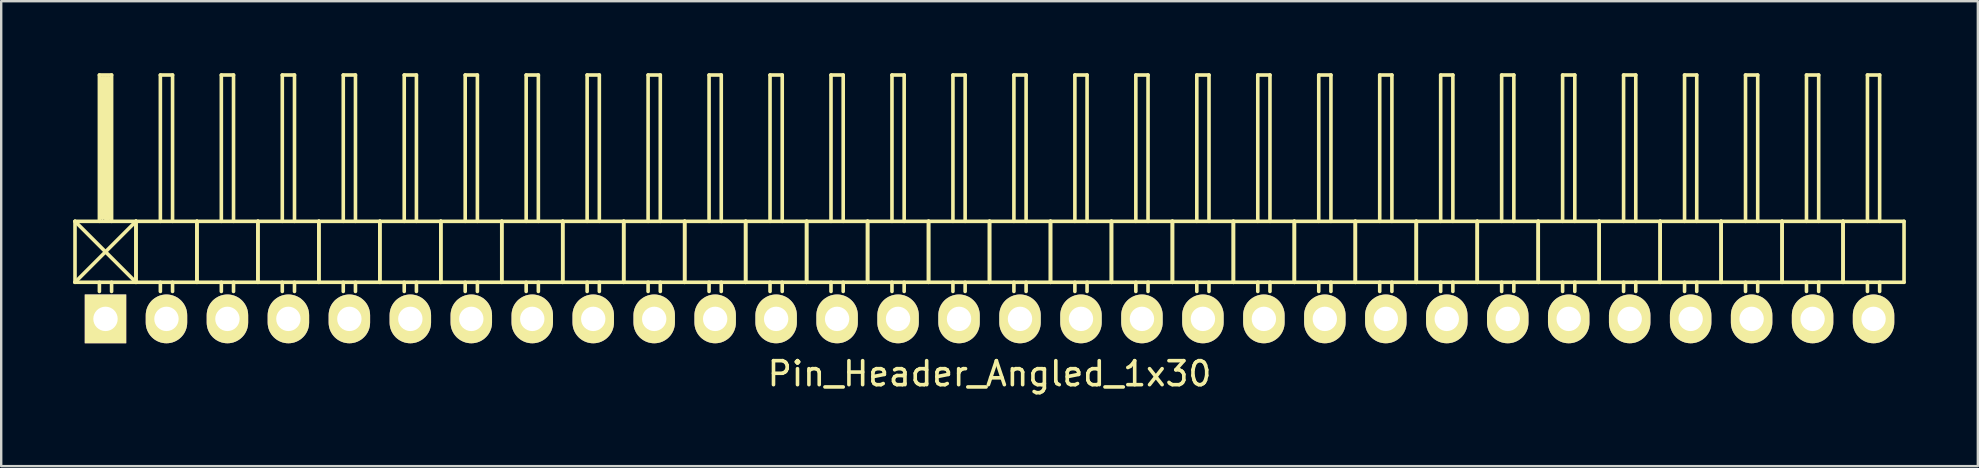
<source format=kicad_pcb>
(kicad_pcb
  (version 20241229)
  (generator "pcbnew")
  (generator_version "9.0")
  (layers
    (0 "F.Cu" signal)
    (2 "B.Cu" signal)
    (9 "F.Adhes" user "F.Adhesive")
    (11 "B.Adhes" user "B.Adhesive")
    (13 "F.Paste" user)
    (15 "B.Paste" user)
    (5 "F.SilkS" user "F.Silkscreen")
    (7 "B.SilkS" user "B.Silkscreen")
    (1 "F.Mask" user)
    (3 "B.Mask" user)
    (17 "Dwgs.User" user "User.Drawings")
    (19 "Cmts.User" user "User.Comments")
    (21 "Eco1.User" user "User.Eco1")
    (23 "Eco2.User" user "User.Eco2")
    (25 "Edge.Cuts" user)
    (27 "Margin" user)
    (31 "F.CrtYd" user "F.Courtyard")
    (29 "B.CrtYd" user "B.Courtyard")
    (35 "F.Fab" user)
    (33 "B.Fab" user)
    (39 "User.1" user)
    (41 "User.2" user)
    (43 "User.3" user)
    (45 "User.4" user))
  (footprint "Pin_Header_Angled_1x30"
    (layer "F.Cu")
    (at 38.175 10.235)
    (property "Reference" "Pin_Header_Angled_1x30" (at 0 2.286 0) (layer "F.SilkS") (effects (font (size 1 1) (thickness 0.15))))
    (attr through_hole)
    (fp_line (start -38.1 -4.064) (end -35.56 -1.524) (stroke (width 0.15) (type solid)) (layer "F.SilkS"))
    (fp_line (start -38.1 -1.524) (end -38.1 -4.064) (stroke (width 0.15) (type solid)) (layer "F.SilkS"))
    (fp_line (start -38.1 -1.524) (end -35.56 -1.524) (stroke (width 0.15) (type solid)) (layer "F.SilkS"))
    (fp_line (start -37.084 -10.16) (end -36.576 -10.16) (stroke (width 0.15) (type solid)) (layer "F.SilkS"))
    (fp_line (start -37.084 -4.064) (end -37.084 -10.16) (stroke (width 0.15) (type solid)) (layer "F.SilkS"))
    (fp_line (start -37.084 -1.524) (end -37.084 -1.143) (stroke (width 0.15) (type solid)) (layer "F.SilkS"))
    (fp_line (start -36.957 -10.033) (end -36.703 -10.033) (stroke (width 0.15) (type solid)) (layer "F.SilkS"))
    (fp_line (start -36.957 -4.191) (end -36.957 -10.033) (stroke (width 0.15) (type solid)) (layer "F.SilkS"))
    (fp_line (start -36.83 -4.191) (end -36.83 -10.033) (stroke (width 0.15) (type solid)) (layer "F.SilkS"))
    (fp_line (start -36.703 -10.033) (end -36.703 -4.191) (stroke (width 0.15) (type solid)) (layer "F.SilkS"))
    (fp_line (start -36.703 -4.191) (end -36.83 -4.191) (stroke (width 0.15) (type solid)) (layer "F.SilkS"))
    (fp_line (start -36.576 -10.16) (end -36.576 -4.064) (stroke (width 0.15) (type solid)) (layer "F.SilkS"))
    (fp_line (start -36.576 -1.524) (end -36.576 -1.143) (stroke (width 0.15) (type solid)) (layer "F.SilkS"))
    (fp_line (start -35.56 -4.064) (end -38.1 -4.064) (stroke (width 0.15) (type solid)) (layer "F.SilkS"))
    (fp_line (start -35.56 -4.064) (end -38.1 -1.524) (stroke (width 0.15) (type solid)) (layer "F.SilkS"))
    (fp_line (start -35.56 -1.524) (end -35.56 -4.064) (stroke (width 0.15) (type solid)) (layer "F.SilkS"))
    (fp_line (start -35.56 -1.524) (end -35.56 -4.064) (stroke (width 0.15) (type solid)) (layer "F.SilkS"))
    (fp_line (start -35.56 -1.524) (end -33.02 -1.524) (stroke (width 0.15) (type solid)) (layer "F.SilkS"))
    (fp_line (start -34.544 -10.16) (end -34.036 -10.16) (stroke (width 0.15) (type solid)) (layer "F.SilkS"))
    (fp_line (start -34.544 -4.064) (end -34.544 -10.16) (stroke (width 0.15) (type solid)) (layer "F.SilkS"))
    (fp_line (start -34.544 -1.524) (end -34.544 -1.143) (stroke (width 0.15) (type solid)) (layer "F.SilkS"))
    (fp_line (start -34.036 -10.16) (end -34.036 -4.064) (stroke (width 0.15) (type solid)) (layer "F.SilkS"))
    (fp_line (start -34.036 -1.524) (end -34.036 -1.143) (stroke (width 0.15) (type solid)) (layer "F.SilkS"))
    (fp_line (start -33.02 -4.064) (end -35.56 -4.064) (stroke (width 0.15) (type solid)) (layer "F.SilkS"))
    (fp_line (start -33.02 -1.524) (end -33.02 -4.064) (stroke (width 0.15) (type solid)) (layer "F.SilkS"))
    (fp_line (start -33.02 -1.524) (end -33.02 -4.064) (stroke (width 0.15) (type solid)) (layer "F.SilkS"))
    (fp_line (start -33.02 -1.524) (end -30.48 -1.524) (stroke (width 0.15) (type solid)) (layer "F.SilkS"))
    (fp_line (start -32.004 -10.16) (end -31.496 -10.16) (stroke (width 0.15) (type solid)) (layer "F.SilkS"))
    (fp_line (start -32.004 -4.064) (end -32.004 -10.16) (stroke (width 0.15) (type solid)) (layer "F.SilkS"))
    (fp_line (start -32.004 -1.524) (end -32.004 -1.143) (stroke (width 0.15) (type solid)) (layer "F.SilkS"))
    (fp_line (start -31.496 -10.16) (end -31.496 -4.064) (stroke (width 0.15) (type solid)) (layer "F.SilkS"))
    (fp_line (start -31.496 -1.524) (end -31.496 -1.143) (stroke (width 0.15) (type solid)) (layer "F.SilkS"))
    (fp_line (start -30.48 -4.064) (end -33.02 -4.064) (stroke (width 0.15) (type solid)) (layer "F.SilkS"))
    (fp_line (start -30.48 -1.524) (end -30.48 -4.064) (stroke (width 0.15) (type solid)) (layer "F.SilkS"))
    (fp_line (start -30.48 -1.524) (end -30.48 -4.064) (stroke (width 0.15) (type solid)) (layer "F.SilkS"))
    (fp_line (start -30.48 -1.524) (end -27.94 -1.524) (stroke (width 0.15) (type solid)) (layer "F.SilkS"))
    (fp_line (start -29.464 -10.16) (end -28.956 -10.16) (stroke (width 0.15) (type solid)) (layer "F.SilkS"))
    (fp_line (start -29.464 -4.064) (end -29.464 -10.16) (stroke (width 0.15) (type solid)) (layer "F.SilkS"))
    (fp_line (start -29.464 -1.524) (end -29.464 -1.143) (stroke (width 0.15) (type solid)) (layer "F.SilkS"))
    (fp_line (start -28.956 -10.16) (end -28.956 -4.064) (stroke (width 0.15) (type solid)) (layer "F.SilkS"))
    (fp_line (start -28.956 -1.524) (end -28.956 -1.143) (stroke (width 0.15) (type solid)) (layer "F.SilkS"))
    (fp_line (start -27.94 -4.064) (end -30.48 -4.064) (stroke (width 0.15) (type solid)) (layer "F.SilkS"))
    (fp_line (start -27.94 -1.524) (end -27.94 -4.064) (stroke (width 0.15) (type solid)) (layer "F.SilkS"))
    (fp_line (start -27.94 -1.524) (end -27.94 -4.064) (stroke (width 0.15) (type solid)) (layer "F.SilkS"))
    (fp_line (start -27.94 -1.524) (end -25.4 -1.524) (stroke (width 0.15) (type solid)) (layer "F.SilkS"))
    (fp_line (start -26.924 -10.16) (end -26.416 -10.16) (stroke (width 0.15) (type solid)) (layer "F.SilkS"))
    (fp_line (start -26.924 -4.064) (end -26.924 -10.16) (stroke (width 0.15) (type solid)) (layer "F.SilkS"))
    (fp_line (start -26.924 -1.524) (end -26.924 -1.143) (stroke (width 0.15) (type solid)) (layer "F.SilkS"))
    (fp_line (start -26.416 -10.16) (end -26.416 -4.064) (stroke (width 0.15) (type solid)) (layer "F.SilkS"))
    (fp_line (start -26.416 -1.524) (end -26.416 -1.143) (stroke (width 0.15) (type solid)) (layer "F.SilkS"))
    (fp_line (start -25.4 -4.064) (end -27.94 -4.064) (stroke (width 0.15) (type solid)) (layer "F.SilkS"))
    (fp_line (start -25.4 -1.524) (end -25.4 -4.064) (stroke (width 0.15) (type solid)) (layer "F.SilkS"))
    (fp_line (start -25.4 -1.524) (end -25.4 -4.064) (stroke (width 0.15) (type solid)) (layer "F.SilkS"))
    (fp_line (start -25.4 -1.524) (end -22.86 -1.524) (stroke (width 0.15) (type solid)) (layer "F.SilkS"))
    (fp_line (start -24.384 -10.16) (end -23.876 -10.16) (stroke (width 0.15) (type solid)) (layer "F.SilkS"))
    (fp_line (start -24.384 -4.064) (end -24.384 -10.16) (stroke (width 0.15) (type solid)) (layer "F.SilkS"))
    (fp_line (start -24.384 -1.524) (end -24.384 -1.143) (stroke (width 0.15) (type solid)) (layer "F.SilkS"))
    (fp_line (start -23.876 -10.16) (end -23.876 -4.064) (stroke (width 0.15) (type solid)) (layer "F.SilkS"))
    (fp_line (start -23.876 -1.524) (end -23.876 -1.143) (stroke (width 0.15) (type solid)) (layer "F.SilkS"))
    (fp_line (start -22.86 -4.064) (end -25.4 -4.064) (stroke (width 0.15) (type solid)) (layer "F.SilkS"))
    (fp_line (start -22.86 -1.524) (end -22.86 -4.064) (stroke (width 0.15) (type solid)) (layer "F.SilkS"))
    (fp_line (start -22.86 -1.524) (end -22.86 -4.064) (stroke (width 0.15) (type solid)) (layer "F.SilkS"))
    (fp_line (start -22.86 -1.524) (end -20.32 -1.524) (stroke (width 0.15) (type solid)) (layer "F.SilkS"))
    (fp_line (start -21.844 -10.16) (end -21.336 -10.16) (stroke (width 0.15) (type solid)) (layer "F.SilkS"))
    (fp_line (start -21.844 -4.064) (end -21.844 -10.16) (stroke (width 0.15) (type solid)) (layer "F.SilkS"))
    (fp_line (start -21.844 -1.524) (end -21.844 -1.143) (stroke (width 0.15) (type solid)) (layer "F.SilkS"))
    (fp_line (start -21.336 -10.16) (end -21.336 -4.064) (stroke (width 0.15) (type solid)) (layer "F.SilkS"))
    (fp_line (start -21.336 -1.524) (end -21.336 -1.143) (stroke (width 0.15) (type solid)) (layer "F.SilkS"))
    (fp_line (start -20.32 -4.064) (end -22.86 -4.064) (stroke (width 0.15) (type solid)) (layer "F.SilkS"))
    (fp_line (start -20.32 -1.524) (end -20.32 -4.064) (stroke (width 0.15) (type solid)) (layer "F.SilkS"))
    (fp_line (start -20.32 -1.524) (end -20.32 -4.064) (stroke (width 0.15) (type solid)) (layer "F.SilkS"))
    (fp_line (start -20.32 -1.524) (end -17.78 -1.524) (stroke (width 0.15) (type solid)) (layer "F.SilkS"))
    (fp_line (start -19.304 -10.16) (end -18.796 -10.16) (stroke (width 0.15) (type solid)) (layer "F.SilkS"))
    (fp_line (start -19.304 -4.064) (end -19.304 -10.16) (stroke (width 0.15) (type solid)) (layer "F.SilkS"))
    (fp_line (start -19.304 -1.524) (end -19.304 -1.143) (stroke (width 0.15) (type solid)) (layer "F.SilkS"))
    (fp_line (start -18.796 -10.16) (end -18.796 -4.064) (stroke (width 0.15) (type solid)) (layer "F.SilkS"))
    (fp_line (start -18.796 -1.524) (end -18.796 -1.143) (stroke (width 0.15) (type solid)) (layer "F.SilkS"))
    (fp_line (start -17.78 -4.064) (end -20.32 -4.064) (stroke (width 0.15) (type solid)) (layer "F.SilkS"))
    (fp_line (start -17.78 -1.524) (end -17.78 -4.064) (stroke (width 0.15) (type solid)) (layer "F.SilkS"))
    (fp_line (start -17.78 -1.524) (end -17.78 -4.064) (stroke (width 0.15) (type solid)) (layer "F.SilkS"))
    (fp_line (start -17.78 -1.524) (end -15.24 -1.524) (stroke (width 0.15) (type solid)) (layer "F.SilkS"))
    (fp_line (start -16.764 -10.16) (end -16.256 -10.16) (stroke (width 0.15) (type solid)) (layer "F.SilkS"))
    (fp_line (start -16.764 -4.064) (end -16.764 -10.16) (stroke (width 0.15) (type solid)) (layer "F.SilkS"))
    (fp_line (start -16.764 -1.524) (end -16.764 -1.143) (stroke (width 0.15) (type solid)) (layer "F.SilkS"))
    (fp_line (start -16.256 -10.16) (end -16.256 -4.064) (stroke (width 0.15) (type solid)) (layer "F.SilkS"))
    (fp_line (start -16.256 -1.524) (end -16.256 -1.143) (stroke (width 0.15) (type solid)) (layer "F.SilkS"))
    (fp_line (start -15.24 -4.064) (end -17.78 -4.064) (stroke (width 0.15) (type solid)) (layer "F.SilkS"))
    (fp_line (start -15.24 -1.524) (end -15.24 -4.064) (stroke (width 0.15) (type solid)) (layer "F.SilkS"))
    (fp_line (start -15.24 -1.524) (end -15.24 -4.064) (stroke (width 0.15) (type solid)) (layer "F.SilkS"))
    (fp_line (start -15.24 -1.524) (end -12.7 -1.524) (stroke (width 0.15) (type solid)) (layer "F.SilkS"))
    (fp_line (start -14.224 -10.16) (end -13.716 -10.16) (stroke (width 0.15) (type solid)) (layer "F.SilkS"))
    (fp_line (start -14.224 -4.064) (end -14.224 -10.16) (stroke (width 0.15) (type solid)) (layer "F.SilkS"))
    (fp_line (start -14.224 -1.524) (end -14.224 -1.143) (stroke (width 0.15) (type solid)) (layer "F.SilkS"))
    (fp_line (start -13.716 -10.16) (end -13.716 -4.064) (stroke (width 0.15) (type solid)) (layer "F.SilkS"))
    (fp_line (start -13.716 -1.524) (end -13.716 -1.143) (stroke (width 0.15) (type solid)) (layer "F.SilkS"))
    (fp_line (start -12.7 -4.064) (end -15.24 -4.064) (stroke (width 0.15) (type solid)) (layer "F.SilkS"))
    (fp_line (start -12.7 -1.524) (end -12.7 -4.064) (stroke (width 0.15) (type solid)) (layer "F.SilkS"))
    (fp_line (start -12.7 -1.524) (end -12.7 -4.064) (stroke (width 0.15) (type solid)) (layer "F.SilkS"))
    (fp_line (start -12.7 -1.524) (end -10.16 -1.524) (stroke (width 0.15) (type solid)) (layer "F.SilkS"))
    (fp_line (start -11.684 -10.16) (end -11.176 -10.16) (stroke (width 0.15) (type solid)) (layer "F.SilkS"))
    (fp_line (start -11.684 -4.064) (end -11.684 -10.16) (stroke (width 0.15) (type solid)) (layer "F.SilkS"))
    (fp_line (start -11.684 -1.524) (end -11.684 -1.143) (stroke (width 0.15) (type solid)) (layer "F.SilkS"))
    (fp_line (start -11.176 -10.16) (end -11.176 -4.064) (stroke (width 0.15) (type solid)) (layer "F.SilkS"))
    (fp_line (start -11.176 -1.524) (end -11.176 -1.143) (stroke (width 0.15) (type solid)) (layer "F.SilkS"))
    (fp_line (start -10.16 -4.064) (end -12.7 -4.064) (stroke (width 0.15) (type solid)) (layer "F.SilkS"))
    (fp_line (start -10.16 -1.524) (end -10.16 -4.064) (stroke (width 0.15) (type solid)) (layer "F.SilkS"))
    (fp_line (start -10.16 -1.524) (end -10.16 -4.064) (stroke (width 0.15) (type solid)) (layer "F.SilkS"))
    (fp_line (start -10.16 -1.524) (end -7.62 -1.524) (stroke (width 0.15) (type solid)) (layer "F.SilkS"))
    (fp_line (start -9.144 -10.16) (end -8.636 -10.16) (stroke (width 0.15) (type solid)) (layer "F.SilkS"))
    (fp_line (start -9.144 -4.064) (end -9.144 -10.16) (stroke (width 0.15) (type solid)) (layer "F.SilkS"))
    (fp_line (start -9.144 -1.524) (end -9.144 -1.143) (stroke (width 0.15) (type solid)) (layer "F.SilkS"))
    (fp_line (start -8.636 -10.16) (end -8.636 -4.064) (stroke (width 0.15) (type solid)) (layer "F.SilkS"))
    (fp_line (start -8.636 -1.524) (end -8.636 -1.143) (stroke (width 0.15) (type solid)) (layer "F.SilkS"))
    (fp_line (start -7.62 -4.064) (end -10.16 -4.064) (stroke (width 0.15) (type solid)) (layer "F.SilkS"))
    (fp_line (start -7.62 -1.524) (end -7.62 -4.064) (stroke (width 0.15) (type solid)) (layer "F.SilkS"))
    (fp_line (start -7.62 -1.524) (end -7.62 -4.064) (stroke (width 0.15) (type solid)) (layer "F.SilkS"))
    (fp_line (start -7.62 -1.524) (end -5.08 -1.524) (stroke (width 0.15) (type solid)) (layer "F.SilkS"))
    (fp_line (start -6.604 -10.16) (end -6.096 -10.16) (stroke (width 0.15) (type solid)) (layer "F.SilkS"))
    (fp_line (start -6.604 -4.064) (end -6.604 -10.16) (stroke (width 0.15) (type solid)) (layer "F.SilkS"))
    (fp_line (start -6.604 -1.524) (end -6.604 -1.143) (stroke (width 0.15) (type solid)) (layer "F.SilkS"))
    (fp_line (start -6.096 -10.16) (end -6.096 -4.064) (stroke (width 0.15) (type solid)) (layer "F.SilkS"))
    (fp_line (start -6.096 -1.524) (end -6.096 -1.143) (stroke (width 0.15) (type solid)) (layer "F.SilkS"))
    (fp_line (start -5.08 -4.064) (end -7.62 -4.064) (stroke (width 0.15) (type solid)) (layer "F.SilkS"))
    (fp_line (start -5.08 -1.524) (end -5.08 -4.064) (stroke (width 0.15) (type solid)) (layer "F.SilkS"))
    (fp_line (start -5.08 -1.524) (end -5.08 -4.064) (stroke (width 0.15) (type solid)) (layer "F.SilkS"))
    (fp_line (start -5.08 -1.524) (end -2.54 -1.524) (stroke (width 0.15) (type solid)) (layer "F.SilkS"))
    (fp_line (start -4.064 -10.16) (end -3.556 -10.16) (stroke (width 0.15) (type solid)) (layer "F.SilkS"))
    (fp_line (start -4.064 -4.064) (end -4.064 -10.16) (stroke (width 0.15) (type solid)) (layer "F.SilkS"))
    (fp_line (start -4.064 -1.524) (end -4.064 -1.143) (stroke (width 0.15) (type solid)) (layer "F.SilkS"))
    (fp_line (start -3.556 -10.16) (end -3.556 -4.064) (stroke (width 0.15) (type solid)) (layer "F.SilkS"))
    (fp_line (start -3.556 -1.524) (end -3.556 -1.143) (stroke (width 0.15) (type solid)) (layer "F.SilkS"))
    (fp_line (start -2.54 -4.064) (end -5.08 -4.064) (stroke (width 0.15) (type solid)) (layer "F.SilkS"))
    (fp_line (start -2.54 -1.524) (end -2.54 -4.064) (stroke (width 0.15) (type solid)) (layer "F.SilkS"))
    (fp_line (start -2.54 -1.524) (end -2.54 -4.064) (stroke (width 0.15) (type solid)) (layer "F.SilkS"))
    (fp_line (start -2.54 -1.524) (end 0 -1.524) (stroke (width 0.15) (type solid)) (layer "F.SilkS"))
    (fp_line (start -1.524 -10.16) (end -1.016 -10.16) (stroke (width 0.15) (type solid)) (layer "F.SilkS"))
    (fp_line (start -1.524 -4.064) (end -1.524 -10.16) (stroke (width 0.15) (type solid)) (layer "F.SilkS"))
    (fp_line (start -1.524 -1.524) (end -1.524 -1.143) (stroke (width 0.15) (type solid)) (layer "F.SilkS"))
    (fp_line (start -1.016 -10.16) (end -1.016 -4.064) (stroke (width 0.15) (type solid)) (layer "F.SilkS"))
    (fp_line (start -1.016 -1.524) (end -1.016 -1.143) (stroke (width 0.15) (type solid)) (layer "F.SilkS"))
    (fp_line (start 0 -4.064) (end -2.54 -4.064) (stroke (width 0.15) (type solid)) (layer "F.SilkS"))
    (fp_line (start 0 -1.524) (end 0 -4.064) (stroke (width 0.15) (type solid)) (layer "F.SilkS"))
    (fp_line (start 0 -1.524) (end 0 -4.064) (stroke (width 0.15) (type solid)) (layer "F.SilkS"))
    (fp_line (start 0 -1.524) (end 2.54 -1.524) (stroke (width 0.15) (type solid)) (layer "F.SilkS"))
    (fp_line (start 1.016 -10.16) (end 1.524 -10.16) (stroke (width 0.15) (type solid)) (layer "F.SilkS"))
    (fp_line (start 1.016 -4.064) (end 1.016 -10.16) (stroke (width 0.15) (type solid)) (layer "F.SilkS"))
    (fp_line (start 1.016 -1.524) (end 1.016 -1.143) (stroke (width 0.15) (type solid)) (layer "F.SilkS"))
    (fp_line (start 1.524 -10.16) (end 1.524 -4.064) (stroke (width 0.15) (type solid)) (layer "F.SilkS"))
    (fp_line (start 1.524 -1.524) (end 1.524 -1.143) (stroke (width 0.15) (type solid)) (layer "F.SilkS"))
    (fp_line (start 2.54 -4.064) (end 0 -4.064) (stroke (width 0.15) (type solid)) (layer "F.SilkS"))
    (fp_line (start 2.54 -1.524) (end 2.54 -4.064) (stroke (width 0.15) (type solid)) (layer "F.SilkS"))
    (fp_line (start 2.54 -1.524) (end 2.54 -4.064) (stroke (width 0.15) (type solid)) (layer "F.SilkS"))
    (fp_line (start 2.54 -1.524) (end 5.08 -1.524) (stroke (width 0.15) (type solid)) (layer "F.SilkS"))
    (fp_line (start 3.556 -10.16) (end 4.064 -10.16) (stroke (width 0.15) (type solid)) (layer "F.SilkS"))
    (fp_line (start 3.556 -4.064) (end 3.556 -10.16) (stroke (width 0.15) (type solid)) (layer "F.SilkS"))
    (fp_line (start 3.556 -1.524) (end 3.556 -1.143) (stroke (width 0.15) (type solid)) (layer "F.SilkS"))
    (fp_line (start 4.064 -10.16) (end 4.064 -4.064) (stroke (width 0.15) (type solid)) (layer "F.SilkS"))
    (fp_line (start 4.064 -1.524) (end 4.064 -1.143) (stroke (width 0.15) (type solid)) (layer "F.SilkS"))
    (fp_line (start 5.08 -4.064) (end 2.54 -4.064) (stroke (width 0.15) (type solid)) (layer "F.SilkS"))
    (fp_line (start 5.08 -1.524) (end 5.08 -4.064) (stroke (width 0.15) (type solid)) (layer "F.SilkS"))
    (fp_line (start 5.08 -1.524) (end 5.08 -4.064) (stroke (width 0.15) (type solid)) (layer "F.SilkS"))
    (fp_line (start 5.08 -1.524) (end 7.62 -1.524) (stroke (width 0.15) (type solid)) (layer "F.SilkS"))
    (fp_line (start 6.096 -10.16) (end 6.604 -10.16) (stroke (width 0.15) (type solid)) (layer "F.SilkS"))
    (fp_line (start 6.096 -4.064) (end 6.096 -10.16) (stroke (width 0.15) (type solid)) (layer "F.SilkS"))
    (fp_line (start 6.096 -1.524) (end 6.096 -1.143) (stroke (width 0.15) (type solid)) (layer "F.SilkS"))
    (fp_line (start 6.604 -10.16) (end 6.604 -4.064) (stroke (width 0.15) (type solid)) (layer "F.SilkS"))
    (fp_line (start 6.604 -1.524) (end 6.604 -1.143) (stroke (width 0.15) (type solid)) (layer "F.SilkS"))
    (fp_line (start 7.62 -4.064) (end 5.08 -4.064) (stroke (width 0.15) (type solid)) (layer "F.SilkS"))
    (fp_line (start 7.62 -1.524) (end 7.62 -4.064) (stroke (width 0.15) (type solid)) (layer "F.SilkS"))
    (fp_line (start 7.62 -1.524) (end 7.62 -4.064) (stroke (width 0.15) (type solid)) (layer "F.SilkS"))
    (fp_line (start 7.62 -1.524) (end 10.16 -1.524) (stroke (width 0.15) (type solid)) (layer "F.SilkS"))
    (fp_line (start 8.636 -10.16) (end 9.144 -10.16) (stroke (width 0.15) (type solid)) (layer "F.SilkS"))
    (fp_line (start 8.636 -4.064) (end 8.636 -10.16) (stroke (width 0.15) (type solid)) (layer "F.SilkS"))
    (fp_line (start 8.636 -1.524) (end 8.636 -1.143) (stroke (width 0.15) (type solid)) (layer "F.SilkS"))
    (fp_line (start 9.144 -10.16) (end 9.144 -4.064) (stroke (width 0.15) (type solid)) (layer "F.SilkS"))
    (fp_line (start 9.144 -1.524) (end 9.144 -1.143) (stroke (width 0.15) (type solid)) (layer "F.SilkS"))
    (fp_line (start 10.16 -4.064) (end 7.62 -4.064) (stroke (width 0.15) (type solid)) (layer "F.SilkS"))
    (fp_line (start 10.16 -1.524) (end 10.16 -4.064) (stroke (width 0.15) (type solid)) (layer "F.SilkS"))
    (fp_line (start 10.16 -1.524) (end 10.16 -4.064) (stroke (width 0.15) (type solid)) (layer "F.SilkS"))
    (fp_line (start 10.16 -1.524) (end 12.7 -1.524) (stroke (width 0.15) (type solid)) (layer "F.SilkS"))
    (fp_line (start 11.176 -10.16) (end 11.684 -10.16) (stroke (width 0.15) (type solid)) (layer "F.SilkS"))
    (fp_line (start 11.176 -4.064) (end 11.176 -10.16) (stroke (width 0.15) (type solid)) (layer "F.SilkS"))
    (fp_line (start 11.176 -1.524) (end 11.176 -1.143) (stroke (width 0.15) (type solid)) (layer "F.SilkS"))
    (fp_line (start 11.684 -10.16) (end 11.684 -4.064) (stroke (width 0.15) (type solid)) (layer "F.SilkS"))
    (fp_line (start 11.684 -1.524) (end 11.684 -1.143) (stroke (width 0.15) (type solid)) (layer "F.SilkS"))
    (fp_line (start 12.7 -4.064) (end 10.16 -4.064) (stroke (width 0.15) (type solid)) (layer "F.SilkS"))
    (fp_line (start 12.7 -1.524) (end 12.7 -4.064) (stroke (width 0.15) (type solid)) (layer "F.SilkS"))
    (fp_line (start 12.7 -1.524) (end 12.7 -4.064) (stroke (width 0.15) (type solid)) (layer "F.SilkS"))
    (fp_line (start 12.7 -1.524) (end 15.24 -1.524) (stroke (width 0.15) (type solid)) (layer "F.SilkS"))
    (fp_line (start 13.716 -10.16) (end 14.224 -10.16) (stroke (width 0.15) (type solid)) (layer "F.SilkS"))
    (fp_line (start 13.716 -4.064) (end 13.716 -10.16) (stroke (width 0.15) (type solid)) (layer "F.SilkS"))
    (fp_line (start 13.716 -1.524) (end 13.716 -1.143) (stroke (width 0.15) (type solid)) (layer "F.SilkS"))
    (fp_line (start 14.224 -10.16) (end 14.224 -4.064) (stroke (width 0.15) (type solid)) (layer "F.SilkS"))
    (fp_line (start 14.224 -1.524) (end 14.224 -1.143) (stroke (width 0.15) (type solid)) (layer "F.SilkS"))
    (fp_line (start 15.24 -4.064) (end 12.7 -4.064) (stroke (width 0.15) (type solid)) (layer "F.SilkS"))
    (fp_line (start 15.24 -1.524) (end 15.24 -4.064) (stroke (width 0.15) (type solid)) (layer "F.SilkS"))
    (fp_line (start 15.24 -1.524) (end 15.24 -4.064) (stroke (width 0.15) (type solid)) (layer "F.SilkS"))
    (fp_line (start 15.24 -1.524) (end 17.78 -1.524) (stroke (width 0.15) (type solid)) (layer "F.SilkS"))
    (fp_line (start 16.256 -10.16) (end 16.764 -10.16) (stroke (width 0.15) (type solid)) (layer "F.SilkS"))
    (fp_line (start 16.256 -4.064) (end 16.256 -10.16) (stroke (width 0.15) (type solid)) (layer "F.SilkS"))
    (fp_line (start 16.256 -1.524) (end 16.256 -1.143) (stroke (width 0.15) (type solid)) (layer "F.SilkS"))
    (fp_line (start 16.764 -10.16) (end 16.764 -4.064) (stroke (width 0.15) (type solid)) (layer "F.SilkS"))
    (fp_line (start 16.764 -1.524) (end 16.764 -1.143) (stroke (width 0.15) (type solid)) (layer "F.SilkS"))
    (fp_line (start 17.78 -4.064) (end 15.24 -4.064) (stroke (width 0.15) (type solid)) (layer "F.SilkS"))
    (fp_line (start 17.78 -1.524) (end 17.78 -4.064) (stroke (width 0.15) (type solid)) (layer "F.SilkS"))
    (fp_line (start 17.78 -1.524) (end 17.78 -4.064) (stroke (width 0.15) (type solid)) (layer "F.SilkS"))
    (fp_line (start 17.78 -1.524) (end 20.32 -1.524) (stroke (width 0.15) (type solid)) (layer "F.SilkS"))
    (fp_line (start 18.796 -10.16) (end 19.304 -10.16) (stroke (width 0.15) (type solid)) (layer "F.SilkS"))
    (fp_line (start 18.796 -4.064) (end 18.796 -10.16) (stroke (width 0.15) (type solid)) (layer "F.SilkS"))
    (fp_line (start 18.796 -1.524) (end 18.796 -1.143) (stroke (width 0.15) (type solid)) (layer "F.SilkS"))
    (fp_line (start 19.304 -10.16) (end 19.304 -4.064) (stroke (width 0.15) (type solid)) (layer "F.SilkS"))
    (fp_line (start 19.304 -1.524) (end 19.304 -1.143) (stroke (width 0.15) (type solid)) (layer "F.SilkS"))
    (fp_line (start 20.32 -4.064) (end 17.78 -4.064) (stroke (width 0.15) (type solid)) (layer "F.SilkS"))
    (fp_line (start 20.32 -1.524) (end 20.32 -4.064) (stroke (width 0.15) (type solid)) (layer "F.SilkS"))
    (fp_line (start 20.32 -1.524) (end 20.32 -4.064) (stroke (width 0.15) (type solid)) (layer "F.SilkS"))
    (fp_line (start 20.32 -1.524) (end 22.86 -1.524) (stroke (width 0.15) (type solid)) (layer "F.SilkS"))
    (fp_line (start 21.336 -10.16) (end 21.844 -10.16) (stroke (width 0.15) (type solid)) (layer "F.SilkS"))
    (fp_line (start 21.336 -4.064) (end 21.336 -10.16) (stroke (width 0.15) (type solid)) (layer "F.SilkS"))
    (fp_line (start 21.336 -1.524) (end 21.336 -1.143) (stroke (width 0.15) (type solid)) (layer "F.SilkS"))
    (fp_line (start 21.844 -10.16) (end 21.844 -4.064) (stroke (width 0.15) (type solid)) (layer "F.SilkS"))
    (fp_line (start 21.844 -1.524) (end 21.844 -1.143) (stroke (width 0.15) (type solid)) (layer "F.SilkS"))
    (fp_line (start 22.86 -4.064) (end 20.32 -4.064) (stroke (width 0.15) (type solid)) (layer "F.SilkS"))
    (fp_line (start 22.86 -1.524) (end 22.86 -4.064) (stroke (width 0.15) (type solid)) (layer "F.SilkS"))
    (fp_line (start 22.86 -1.524) (end 22.86 -4.064) (stroke (width 0.15) (type solid)) (layer "F.SilkS"))
    (fp_line (start 22.86 -1.524) (end 25.4 -1.524) (stroke (width 0.15) (type solid)) (layer "F.SilkS"))
    (fp_line (start 23.876 -10.16) (end 24.384 -10.16) (stroke (width 0.15) (type solid)) (layer "F.SilkS"))
    (fp_line (start 23.876 -4.064) (end 23.876 -10.16) (stroke (width 0.15) (type solid)) (layer "F.SilkS"))
    (fp_line (start 23.876 -1.524) (end 23.876 -1.143) (stroke (width 0.15) (type solid)) (layer "F.SilkS"))
    (fp_line (start 24.384 -10.16) (end 24.384 -4.064) (stroke (width 0.15) (type solid)) (layer "F.SilkS"))
    (fp_line (start 24.384 -1.524) (end 24.384 -1.143) (stroke (width 0.15) (type solid)) (layer "F.SilkS"))
    (fp_line (start 25.4 -4.064) (end 22.86 -4.064) (stroke (width 0.15) (type solid)) (layer "F.SilkS"))
    (fp_line (start 25.4 -1.524) (end 25.4 -4.064) (stroke (width 0.15) (type solid)) (layer "F.SilkS"))
    (fp_line (start 25.4 -1.524) (end 25.4 -4.064) (stroke (width 0.15) (type solid)) (layer "F.SilkS"))
    (fp_line (start 25.4 -1.524) (end 27.94 -1.524) (stroke (width 0.15) (type solid)) (layer "F.SilkS"))
    (fp_line (start 26.416 -10.16) (end 26.924 -10.16) (stroke (width 0.15) (type solid)) (layer "F.SilkS"))
    (fp_line (start 26.416 -4.064) (end 26.416 -10.16) (stroke (width 0.15) (type solid)) (layer "F.SilkS"))
    (fp_line (start 26.416 -1.524) (end 26.416 -1.143) (stroke (width 0.15) (type solid)) (layer "F.SilkS"))
    (fp_line (start 26.924 -10.16) (end 26.924 -4.064) (stroke (width 0.15) (type solid)) (layer "F.SilkS"))
    (fp_line (start 26.924 -1.524) (end 26.924 -1.143) (stroke (width 0.15) (type solid)) (layer "F.SilkS"))
    (fp_line (start 27.94 -4.064) (end 25.4 -4.064) (stroke (width 0.15) (type solid)) (layer "F.SilkS"))
    (fp_line (start 27.94 -1.524) (end 27.94 -4.064) (stroke (width 0.15) (type solid)) (layer "F.SilkS"))
    (fp_line (start 27.94 -1.524) (end 27.94 -4.064) (stroke (width 0.15) (type solid)) (layer "F.SilkS"))
    (fp_line (start 27.94 -1.524) (end 30.48 -1.524) (stroke (width 0.15) (type solid)) (layer "F.SilkS"))
    (fp_line (start 28.956 -10.16) (end 29.464 -10.16) (stroke (width 0.15) (type solid)) (layer "F.SilkS"))
    (fp_line (start 28.956 -4.064) (end 28.956 -10.16) (stroke (width 0.15) (type solid)) (layer "F.SilkS"))
    (fp_line (start 28.956 -1.524) (end 28.956 -1.143) (stroke (width 0.15) (type solid)) (layer "F.SilkS"))
    (fp_line (start 29.464 -10.16) (end 29.464 -4.064) (stroke (width 0.15) (type solid)) (layer "F.SilkS"))
    (fp_line (start 29.464 -1.524) (end 29.464 -1.143) (stroke (width 0.15) (type solid)) (layer "F.SilkS"))
    (fp_line (start 30.48 -4.064) (end 27.94 -4.064) (stroke (width 0.15) (type solid)) (layer "F.SilkS"))
    (fp_line (start 30.48 -1.524) (end 30.48 -4.064) (stroke (width 0.15) (type solid)) (layer "F.SilkS"))
    (fp_line (start 30.48 -1.524) (end 30.48 -4.064) (stroke (width 0.15) (type solid)) (layer "F.SilkS"))
    (fp_line (start 30.48 -1.524) (end 33.02 -1.524) (stroke (width 0.15) (type solid)) (layer "F.SilkS"))
    (fp_line (start 31.496 -10.16) (end 32.004 -10.16) (stroke (width 0.15) (type solid)) (layer "F.SilkS"))
    (fp_line (start 31.496 -4.064) (end 31.496 -10.16) (stroke (width 0.15) (type solid)) (layer "F.SilkS"))
    (fp_line (start 31.496 -1.524) (end 31.496 -1.143) (stroke (width 0.15) (type solid)) (layer "F.SilkS"))
    (fp_line (start 32.004 -10.16) (end 32.004 -4.064) (stroke (width 0.15) (type solid)) (layer "F.SilkS"))
    (fp_line (start 32.004 -1.524) (end 32.004 -1.143) (stroke (width 0.15) (type solid)) (layer "F.SilkS"))
    (fp_line (start 33.02 -4.064) (end 30.48 -4.064) (stroke (width 0.15) (type solid)) (layer "F.SilkS"))
    (fp_line (start 33.02 -1.524) (end 33.02 -4.064) (stroke (width 0.15) (type solid)) (layer "F.SilkS"))
    (fp_line (start 33.02 -1.524) (end 33.02 -4.064) (stroke (width 0.15) (type solid)) (layer "F.SilkS"))
    (fp_line (start 33.02 -1.524) (end 35.56 -1.524) (stroke (width 0.15) (type solid)) (layer "F.SilkS"))
    (fp_line (start 34.036 -10.16) (end 34.544 -10.16) (stroke (width 0.15) (type solid)) (layer "F.SilkS"))
    (fp_line (start 34.036 -4.064) (end 34.036 -10.16) (stroke (width 0.15) (type solid)) (layer "F.SilkS"))
    (fp_line (start 34.036 -1.524) (end 34.036 -1.143) (stroke (width 0.15) (type solid)) (layer "F.SilkS"))
    (fp_line (start 34.544 -10.16) (end 34.544 -4.064) (stroke (width 0.15) (type solid)) (layer "F.SilkS"))
    (fp_line (start 34.544 -1.524) (end 34.544 -1.143) (stroke (width 0.15) (type solid)) (layer "F.SilkS"))
    (fp_line (start 35.56 -4.064) (end 33.02 -4.064) (stroke (width 0.15) (type solid)) (layer "F.SilkS"))
    (fp_line (start 35.56 -1.524) (end 35.56 -4.064) (stroke (width 0.15) (type solid)) (layer "F.SilkS"))
    (fp_line (start 35.56 -1.524) (end 35.56 -4.064) (stroke (width 0.15) (type solid)) (layer "F.SilkS"))
    (fp_line (start 35.56 -1.524) (end 38.1 -1.524) (stroke (width 0.15) (type solid)) (layer "F.SilkS"))
    (fp_line (start 36.576 -10.16) (end 37.084 -10.16) (stroke (width 0.15) (type solid)) (layer "F.SilkS"))
    (fp_line (start 36.576 -4.064) (end 36.576 -10.16) (stroke (width 0.15) (type solid)) (layer "F.SilkS"))
    (fp_line (start 36.576 -1.524) (end 36.576 -1.143) (stroke (width 0.15) (type solid)) (layer "F.SilkS"))
    (fp_line (start 37.084 -10.16) (end 37.084 -4.064) (stroke (width 0.15) (type solid)) (layer "F.SilkS"))
    (fp_line (start 37.084 -1.524) (end 37.084 -1.143) (stroke (width 0.15) (type solid)) (layer "F.SilkS"))
    (fp_line (start 38.1 -4.064) (end 35.56 -4.064) (stroke (width 0.15) (type solid)) (layer "F.SilkS"))
    (fp_line (start 38.1 -1.524) (end 38.1 -4.064) (stroke (width 0.15) (type solid)) (layer "F.SilkS"))
    (pad "1" thru_hole rect (at -36.83 0) (size 1.727 2.032) (drill 1.016) (layers "*.Cu" "*.Mask" "F.SilkS"))
    (pad "2" thru_hole oval (at -34.29 0) (size 1.727 2.032) (drill 1.016) (layers "*.Cu" "*.Mask" "F.SilkS"))
    (pad "3" thru_hole oval (at -31.75 0) (size 1.727 2.032) (drill 1.016) (layers "*.Cu" "*.Mask" "F.SilkS"))
    (pad "4" thru_hole oval (at -29.21 0) (size 1.727 2.032) (drill 1.016) (layers "*.Cu" "*.Mask" "F.SilkS"))
    (pad "5" thru_hole oval (at -26.67 0) (size 1.727 2.032) (drill 1.016) (layers "*.Cu" "*.Mask" "F.SilkS"))
    (pad "6" thru_hole oval (at -24.13 0) (size 1.727 2.032) (drill 1.016) (layers "*.Cu" "*.Mask" "F.SilkS"))
    (pad "7" thru_hole oval (at -21.59 0) (size 1.727 2.032) (drill 1.016) (layers "*.Cu" "*.Mask" "F.SilkS"))
    (pad "8" thru_hole oval (at -19.05 0) (size 1.727 2.032) (drill 1.016) (layers "*.Cu" "*.Mask" "F.SilkS"))
    (pad "9" thru_hole oval (at -16.51 0) (size 1.727 2.032) (drill 1.016) (layers "*.Cu" "*.Mask" "F.SilkS"))
    (pad "10" thru_hole oval (at -13.97 0) (size 1.727 2.032) (drill 1.016) (layers "*.Cu" "*.Mask" "F.SilkS"))
    (pad "11" thru_hole oval (at -11.43 0) (size 1.727 2.032) (drill 1.016) (layers "*.Cu" "*.Mask" "F.SilkS"))
    (pad "12" thru_hole oval (at -8.89 0) (size 1.727 2.032) (drill 1.016) (layers "*.Cu" "*.Mask" "F.SilkS"))
    (pad "13" thru_hole oval (at -6.35 0) (size 1.727 2.032) (drill 1.016) (layers "*.Cu" "*.Mask" "F.SilkS"))
    (pad "14" thru_hole oval (at -3.81 0) (size 1.727 2.032) (drill 1.016) (layers "*.Cu" "*.Mask" "F.SilkS"))
    (pad "15" thru_hole oval (at -1.27 0) (size 1.727 2.032) (drill 1.016) (layers "*.Cu" "*.Mask" "F.SilkS"))
    (pad "16" thru_hole oval (at 1.27 0) (size 1.727 2.032) (drill 1.016) (layers "*.Cu" "*.Mask" "F.SilkS"))
    (pad "17" thru_hole oval (at 3.81 0) (size 1.727 2.032) (drill 1.016) (layers "*.Cu" "*.Mask" "F.SilkS"))
    (pad "18" thru_hole oval (at 6.35 0) (size 1.727 2.032) (drill 1.016) (layers "*.Cu" "*.Mask" "F.SilkS"))
    (pad "19" thru_hole oval (at 8.89 0) (size 1.727 2.032) (drill 1.016) (layers "*.Cu" "*.Mask" "F.SilkS"))
    (pad "20" thru_hole oval (at 11.43 0) (size 1.727 2.032) (drill 1.016) (layers "*.Cu" "*.Mask" "F.SilkS"))
    (pad "21" thru_hole oval (at 13.97 0) (size 1.727 2.032) (drill 1.016) (layers "*.Cu" "*.Mask" "F.SilkS"))
    (pad "22" thru_hole oval (at 16.51 0) (size 1.727 2.032) (drill 1.016) (layers "*.Cu" "*.Mask" "F.SilkS"))
    (pad "23" thru_hole oval (at 19.05 0) (size 1.727 2.032) (drill 1.016) (layers "*.Cu" "*.Mask" "F.SilkS"))
    (pad "24" thru_hole oval (at 21.59 0) (size 1.727 2.032) (drill 1.016) (layers "*.Cu" "*.Mask" "F.SilkS"))
    (pad "25" thru_hole oval (at 24.13 0) (size 1.727 2.032) (drill 1.016) (layers "*.Cu" "*.Mask" "F.SilkS"))
    (pad "26" thru_hole oval (at 26.67 0) (size 1.727 2.032) (drill 1.016) (layers "*.Cu" "*.Mask" "F.SilkS"))
    (pad "27" thru_hole oval (at 29.21 0) (size 1.727 2.032) (drill 1.016) (layers "*.Cu" "*.Mask" "F.SilkS"))
    (pad "28" thru_hole oval (at 31.75 0) (size 1.727 2.032) (drill 1.016) (layers "*.Cu" "*.Mask" "F.SilkS"))
    (pad "29" thru_hole oval (at 34.29 0) (size 1.727 2.032) (drill 1.016) (layers "*.Cu" "*.Mask" "F.SilkS"))
    (pad "30" thru_hole oval (at 36.83 0) (size 1.727 2.032) (drill 1.016) (layers "*.Cu" "*.Mask" "F.SilkS")))
  (gr_rect
    (start -3 -3)
    (end 79.35 16.369)
    (stroke (width 0.1) (type default))
    (fill no)
    (layer "Edge.Cuts")))
</source>
